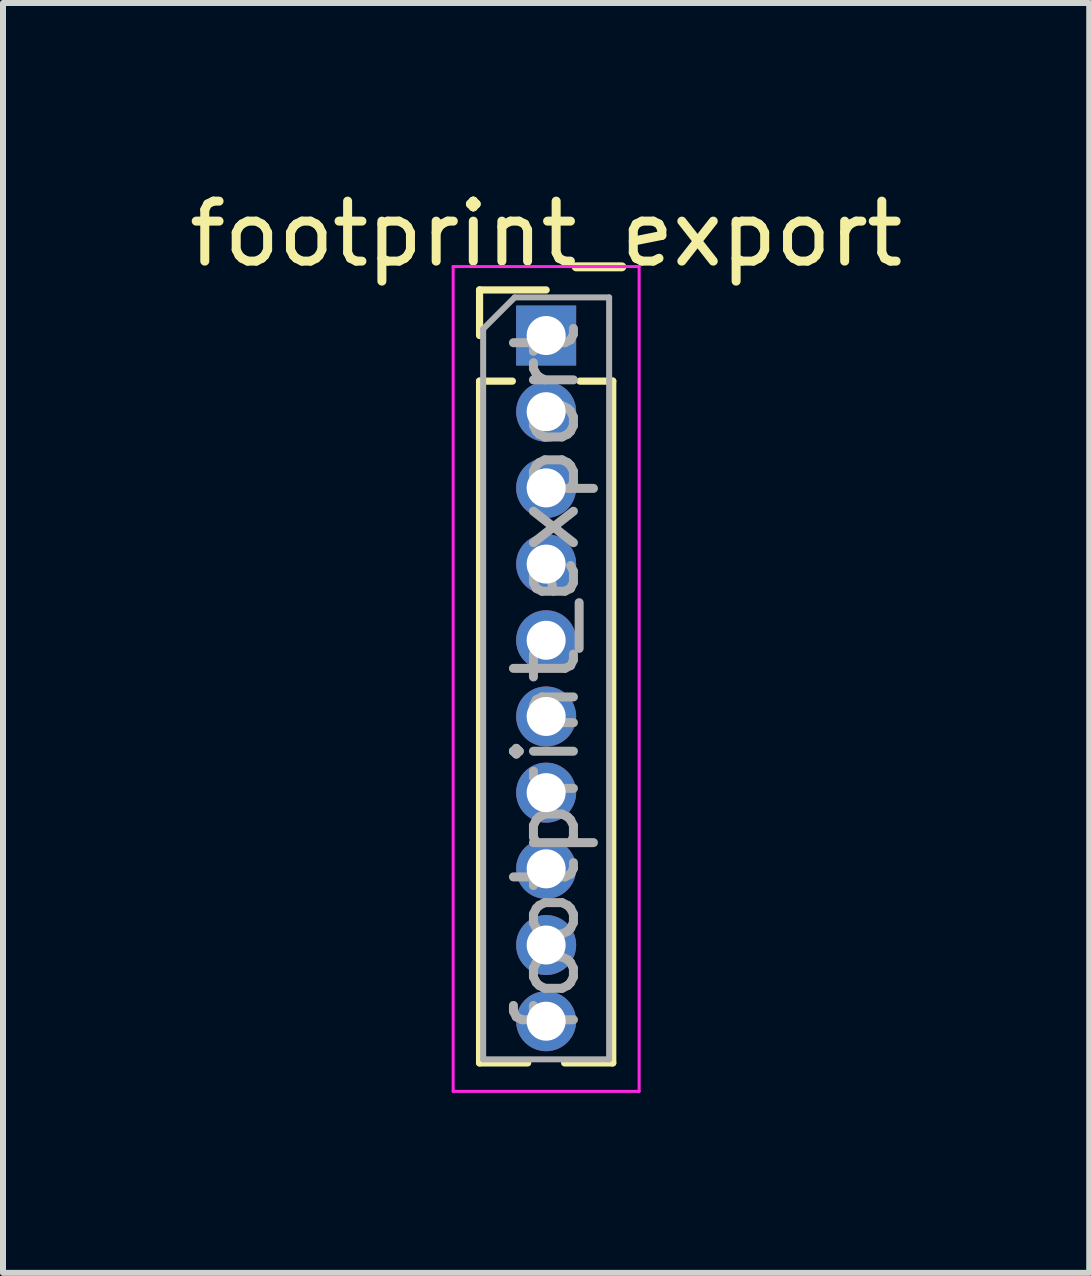
<source format=kicad_pcb>
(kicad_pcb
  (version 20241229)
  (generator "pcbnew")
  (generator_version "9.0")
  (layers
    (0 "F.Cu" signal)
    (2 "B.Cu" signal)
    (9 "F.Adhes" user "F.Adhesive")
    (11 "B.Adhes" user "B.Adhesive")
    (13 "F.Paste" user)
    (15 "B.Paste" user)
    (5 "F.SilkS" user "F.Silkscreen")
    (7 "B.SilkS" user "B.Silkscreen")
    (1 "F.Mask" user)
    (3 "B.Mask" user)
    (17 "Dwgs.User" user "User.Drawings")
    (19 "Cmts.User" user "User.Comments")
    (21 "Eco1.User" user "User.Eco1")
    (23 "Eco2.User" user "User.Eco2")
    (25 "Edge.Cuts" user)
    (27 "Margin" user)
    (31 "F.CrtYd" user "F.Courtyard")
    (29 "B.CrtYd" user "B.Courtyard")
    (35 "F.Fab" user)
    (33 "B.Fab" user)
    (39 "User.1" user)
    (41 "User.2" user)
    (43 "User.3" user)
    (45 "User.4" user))
  (footprint "footprint_export"
    (layer "F.Cu")
    (at 6.054 2.543)
    (property "Reference" "footprint_export" (at 0 -1.695 0) (layer "F.SilkS") (effects (font (size 1 1) (thickness 0.15))))
    (attr through_hole)
    (fp_line (start -1.11 -0.76) (end 0 -0.76) (stroke (width 0.12) (type solid)) (layer "F.SilkS"))
    (fp_line (start -1.11 0) (end -1.11 -0.76) (stroke (width 0.12) (type solid)) (layer "F.SilkS"))
    (fp_line (start -1.11 0.76) (end -1.11 12.125) (stroke (width 0.12) (type solid)) (layer "F.SilkS"))
    (fp_line (start -1.11 0.76) (end -0.563 0.76) (stroke (width 0.12) (type solid)) (layer "F.SilkS"))
    (fp_line (start -1.11 12.125) (end -0.308 12.125) (stroke (width 0.12) (type solid)) (layer "F.SilkS"))
    (fp_line (start 0.308 12.125) (end 1.11 12.125) (stroke (width 0.12) (type solid)) (layer "F.SilkS"))
    (fp_line (start 0.563 0.76) (end 1.11 0.76) (stroke (width 0.12) (type solid)) (layer "F.SilkS"))
    (fp_line (start 1.11 0.76) (end 1.11 12.125) (stroke (width 0.12) (type solid)) (layer "F.SilkS"))
    (fp_line (start -1.55 -1.15) (end -1.55 12.6) (stroke (width 0.05) (type solid)) (layer "F.CrtYd"))
    (fp_line (start -1.55 12.6) (end 1.55 12.6) (stroke (width 0.05) (type solid)) (layer "F.CrtYd"))
    (fp_line (start 1.55 -1.15) (end -1.55 -1.15) (stroke (width 0.05) (type solid)) (layer "F.CrtYd"))
    (fp_line (start 1.55 12.6) (end 1.55 -1.15) (stroke (width 0.05) (type solid)) (layer "F.CrtYd"))
    (fp_line (start -1.05 -0.11) (end -0.525 -0.635) (stroke (width 0.1) (type solid)) (layer "F.Fab"))
    (fp_line (start -1.05 12.065) (end -1.05 -0.11) (stroke (width 0.1) (type solid)) (layer "F.Fab"))
    (fp_line (start -0.525 -0.635) (end 1.05 -0.635) (stroke (width 0.1) (type solid)) (layer "F.Fab"))
    (fp_line (start 1.05 -0.635) (end 1.05 12.065) (stroke (width 0.1) (type solid)) (layer "F.Fab"))
    (fp_line (start 1.05 12.065) (end -1.05 12.065) (stroke (width 0.1) (type solid)) (layer "F.Fab"))
    (fp_text user "${REFERENCE}" (at 0 5.715 90) (layer "F.Fab") (effects (font (size 1 1) (thickness 0.15))))
    (pad "1" thru_hole rect (at 0 0) (size 1 1) (drill 0.65) (layers "*.Cu" "*.Mask"))
    (pad "2" thru_hole oval (at 0 1.27) (size 1 1) (drill 0.65) (layers "*.Cu" "*.Mask"))
    (pad "3" thru_hole oval (at 0 2.54) (size 1 1) (drill 0.65) (layers "*.Cu" "*.Mask"))
    (pad "4" thru_hole oval (at 0 3.81) (size 1 1) (drill 0.65) (layers "*.Cu" "*.Mask"))
    (pad "5" thru_hole oval (at 0 5.08) (size 1 1) (drill 0.65) (layers "*.Cu" "*.Mask"))
    (pad "6" thru_hole oval (at 0 6.35) (size 1 1) (drill 0.65) (layers "*.Cu" "*.Mask"))
    (pad "7" thru_hole oval (at 0 7.62) (size 1 1) (drill 0.65) (layers "*.Cu" "*.Mask"))
    (pad "8" thru_hole oval (at 0 8.89) (size 1 1) (drill 0.65) (layers "*.Cu" "*.Mask"))
    (pad "9" thru_hole oval (at 0 10.16) (size 1 1) (drill 0.65) (layers "*.Cu" "*.Mask"))
    (pad "10" thru_hole oval (at 0 11.43) (size 1 1) (drill 0.65) (layers "*.Cu" "*.Mask")))
  (gr_rect
    (start -3 -3)
    (end 15.107 18.168)
    (stroke (width 0.1) (type default))
    (fill no)
    (layer "Edge.Cuts")))
</source>
